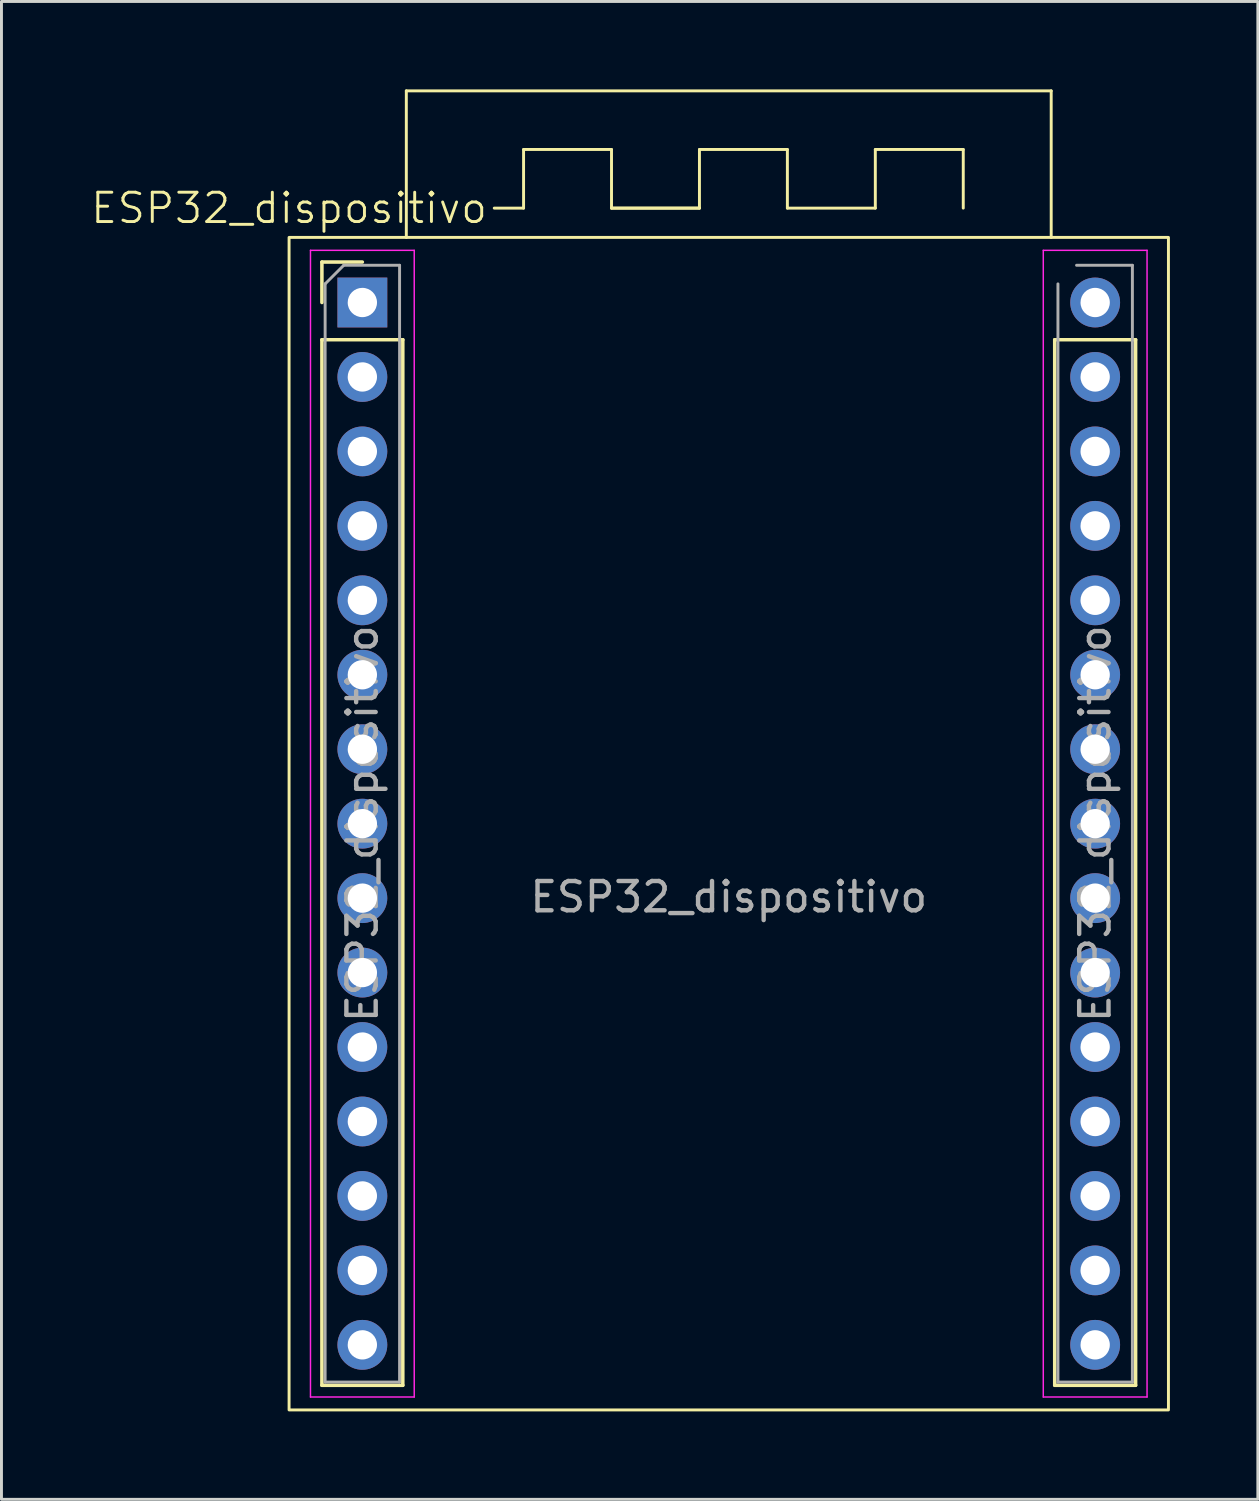
<source format=kicad_pcb>
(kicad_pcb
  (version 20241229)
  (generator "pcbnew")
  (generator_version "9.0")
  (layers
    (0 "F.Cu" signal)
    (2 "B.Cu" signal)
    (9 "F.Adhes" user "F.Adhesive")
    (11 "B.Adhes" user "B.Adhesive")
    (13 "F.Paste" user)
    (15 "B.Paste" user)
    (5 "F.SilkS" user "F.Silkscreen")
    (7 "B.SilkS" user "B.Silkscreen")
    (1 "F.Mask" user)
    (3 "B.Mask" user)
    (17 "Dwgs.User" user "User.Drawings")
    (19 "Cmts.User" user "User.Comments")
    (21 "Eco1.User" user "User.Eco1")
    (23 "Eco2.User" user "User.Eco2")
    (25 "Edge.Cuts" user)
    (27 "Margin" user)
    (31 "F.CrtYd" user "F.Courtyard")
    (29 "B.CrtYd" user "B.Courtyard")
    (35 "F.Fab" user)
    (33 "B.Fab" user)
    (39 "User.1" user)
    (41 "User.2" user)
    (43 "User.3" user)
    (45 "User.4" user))
  (footprint "ESP32_dispositivo"
    (layer "F.Cu")
    (at 21.812 25.05)
    (property "Reference" "ESP32_dispositivo" (at -15 -21 0) (unlocked yes) (layer "F.SilkS") (effects (font (size 1 1) (thickness 0.1))))
    (attr smd)
    (fp_line (start -13.88 -19.16) (end -12.5 -19.16) (stroke (width 0.12) (type solid)) (layer "F.SilkS"))
    (fp_line (start -13.88 -17.78) (end -13.88 -19.16) (stroke (width 0.12) (type solid)) (layer "F.SilkS"))
    (fp_line (start -13.88 -16.51) (end -13.88 19.16) (stroke (width 0.12) (type solid)) (layer "F.SilkS"))
    (fp_line (start -13.88 -16.51) (end -11.12 -16.51) (stroke (width 0.12) (type solid)) (layer "F.SilkS"))
    (fp_line (start -13.88 19.16) (end -11.12 19.16) (stroke (width 0.12) (type solid)) (layer "F.SilkS"))
    (fp_line (start -11.12 -16.51) (end -11.12 19.16) (stroke (width 0.12) (type solid)) (layer "F.SilkS"))
    (fp_line (start -11 -25) (end 11 -25) (stroke (width 0.1) (type default)) (layer "F.SilkS"))
    (fp_line (start -11 -20) (end -11 -25) (stroke (width 0.1) (type default)) (layer "F.SilkS"))
    (fp_line (start -7 -23) (end -7 -21) (stroke (width 0.1) (type default)) (layer "F.SilkS"))
    (fp_line (start -7 -21) (end -8 -21) (stroke (width 0.1) (type default)) (layer "F.SilkS"))
    (fp_line (start -4 -23) (end -7 -23) (stroke (width 0.1) (type default)) (layer "F.SilkS"))
    (fp_line (start -4 -21) (end -4 -23) (stroke (width 0.1) (type default)) (layer "F.SilkS"))
    (fp_line (start -4 -21) (end -1 -21) (stroke (width 0.1) (type default)) (layer "F.SilkS"))
    (fp_line (start -1 -23) (end -1 -21) (stroke (width 0.1) (type default)) (layer "F.SilkS"))
    (fp_line (start -1 -23) (end 2 -23) (stroke (width 0.1) (type default)) (layer "F.SilkS"))
    (fp_line (start -1 -21) (end -4 -21) (stroke (width 0.1) (type default)) (layer "F.SilkS"))
    (fp_line (start 2 -23) (end 2 -21) (stroke (width 0.1) (type default)) (layer "F.SilkS"))
    (fp_line (start 2 -21) (end 5 -21) (stroke (width 0.1) (type default)) (layer "F.SilkS"))
    (fp_line (start 5 -23) (end 8 -23) (stroke (width 0.1) (type default)) (layer "F.SilkS"))
    (fp_line (start 5 -21) (end 5 -23) (stroke (width 0.1) (type default)) (layer "F.SilkS"))
    (fp_line (start 8 -23) (end 8 -21) (stroke (width 0.1) (type default)) (layer "F.SilkS"))
    (fp_line (start 11 -25) (end 11 -20) (stroke (width 0.1) (type default)) (layer "F.SilkS"))
    (fp_line (start 11.12 -16.51) (end 11.12 19.16) (stroke (width 0.12) (type solid)) (layer "F.SilkS"))
    (fp_line (start 11.12 -16.51) (end 13.88 -16.51) (stroke (width 0.12) (type solid)) (layer "F.SilkS"))
    (fp_line (start 11.12 19.16) (end 13.88 19.16) (stroke (width 0.12) (type solid)) (layer "F.SilkS"))
    (fp_line (start 13.88 -16.51) (end 13.88 19.16) (stroke (width 0.12) (type solid)) (layer "F.SilkS"))
    (fp_rect (start -15 -20) (end 15 20) (stroke (width 0.1) (type default)) (fill no) (layer "F.SilkS"))
    (fp_line (start -14.27 -19.56) (end -14.27 19.56) (stroke (width 0.05) (type solid)) (layer "F.CrtYd"))
    (fp_line (start -14.27 19.56) (end -10.73 19.56) (stroke (width 0.05) (type solid)) (layer "F.CrtYd"))
    (fp_line (start -10.73 -19.56) (end -14.27 -19.56) (stroke (width 0.05) (type solid)) (layer "F.CrtYd"))
    (fp_line (start -10.73 19.56) (end -10.73 -19.56) (stroke (width 0.05) (type solid)) (layer "F.CrtYd"))
    (fp_line (start 10.73 -19.56) (end 10.73 19.56) (stroke (width 0.05) (type solid)) (layer "F.CrtYd"))
    (fp_line (start 10.73 19.56) (end 14.27 19.56) (stroke (width 0.05) (type solid)) (layer "F.CrtYd"))
    (fp_line (start 14.27 -19.56) (end 10.73 -19.56) (stroke (width 0.05) (type solid)) (layer "F.CrtYd"))
    (fp_line (start 14.27 19.56) (end 14.27 -19.56) (stroke (width 0.05) (type solid)) (layer "F.CrtYd"))
    (fp_line (start -13.77 -18.415) (end -13.135 -19.05) (stroke (width 0.1) (type solid)) (layer "F.Fab"))
    (fp_line (start -13.77 19.05) (end -13.77 -18.415) (stroke (width 0.1) (type solid)) (layer "F.Fab"))
    (fp_line (start -13.135 -19.05) (end -11.23 -19.05) (stroke (width 0.1) (type solid)) (layer "F.Fab"))
    (fp_line (start -11.23 -19.05) (end -11.23 19.05) (stroke (width 0.1) (type solid)) (layer "F.Fab"))
    (fp_line (start -11.23 19.05) (end -13.77 19.05) (stroke (width 0.1) (type solid)) (layer "F.Fab"))
    (fp_line (start 11.23 19.05) (end 11.23 -18.415) (stroke (width 0.1) (type solid)) (layer "F.Fab"))
    (fp_line (start 11.865 -19.05) (end 13.77 -19.05) (stroke (width 0.1) (type solid)) (layer "F.Fab"))
    (fp_line (start 13.77 -19.05) (end 13.77 19.05) (stroke (width 0.1) (type solid)) (layer "F.Fab"))
    (fp_line (start 13.77 19.05) (end 11.23 19.05) (stroke (width 0.1) (type solid)) (layer "F.Fab"))
    (fp_text user "${REFERENCE}" (at 0 2.5 0) (unlocked yes) (layer "F.Fab") (effects (font (size 1 1) (thickness 0.15))))
    (fp_text user "${REFERENCE}" (at 12.5 0 90) (layer "F.Fab") (effects (font (size 1 1) (thickness 0.15))))
    (fp_text user "${REFERENCE}" (at -12.5 0 90) (layer "F.Fab") (effects (font (size 1 1) (thickness 0.15))))
    (pad "1" thru_hole rect (at -12.5 -17.78) (size 1.7 1.7) (drill 1) (layers "*.Cu" "*.Mask"))
    (pad "2" thru_hole circle (at -12.5 -15.24) (size 1.7 1.7) (drill 1) (layers "*.Cu" "*.Mask"))
    (pad "3" thru_hole circle (at -12.5 -12.7) (size 1.7 1.7) (drill 1) (layers "*.Cu" "*.Mask"))
    (pad "4" thru_hole circle (at -12.5 -10.16) (size 1.7 1.7) (drill 1) (layers "*.Cu" "*.Mask"))
    (pad "5" thru_hole circle (at -12.5 -7.62) (size 1.7 1.7) (drill 1) (layers "*.Cu" "*.Mask"))
    (pad "6" thru_hole circle (at -12.5 -5.08) (size 1.7 1.7) (drill 1) (layers "*.Cu" "*.Mask"))
    (pad "7" thru_hole circle (at -12.5 -2.54) (size 1.7 1.7) (drill 1) (layers "*.Cu" "*.Mask"))
    (pad "8" thru_hole circle (at -12.5 0) (size 1.7 1.7) (drill 1) (layers "*.Cu" "*.Mask"))
    (pad "9" thru_hole circle (at -12.5 2.54) (size 1.7 1.7) (drill 1) (layers "*.Cu" "*.Mask"))
    (pad "10" thru_hole circle (at -12.5 5.08) (size 1.7 1.7) (drill 1) (layers "*.Cu" "*.Mask"))
    (pad "11" thru_hole circle (at -12.5 7.62) (size 1.7 1.7) (drill 1) (layers "*.Cu" "*.Mask"))
    (pad "12" thru_hole circle (at -12.5 10.16) (size 1.7 1.7) (drill 1) (layers "*.Cu" "*.Mask"))
    (pad "13" thru_hole circle (at -12.5 12.7) (size 1.7 1.7) (drill 1) (layers "*.Cu" "*.Mask"))
    (pad "14" thru_hole circle (at -12.5 15.24) (size 1.7 1.7) (drill 1) (layers "*.Cu" "*.Mask"))
    (pad "15" thru_hole circle (at -12.5 17.78) (size 1.7 1.7) (drill 1) (layers "*.Cu" "*.Mask"))
    (pad "16" thru_hole circle (at 12.5 -17.78) (size 1.7 1.7) (drill 1) (layers "*.Cu" "*.Mask"))
    (pad "17" thru_hole circle (at 12.5 -15.24) (size 1.7 1.7) (drill 1) (layers "*.Cu" "*.Mask"))
    (pad "18" thru_hole circle (at 12.5 -12.7) (size 1.7 1.7) (drill 1) (layers "*.Cu" "*.Mask"))
    (pad "19" thru_hole circle (at 12.5 -10.16) (size 1.7 1.7) (drill 1) (layers "*.Cu" "*.Mask"))
    (pad "20" thru_hole circle (at 12.5 -7.62) (size 1.7 1.7) (drill 1) (layers "*.Cu" "*.Mask"))
    (pad "21" thru_hole circle (at 12.5 -5.08) (size 1.7 1.7) (drill 1) (layers "*.Cu" "*.Mask"))
    (pad "22" thru_hole circle (at 12.5 -2.54) (size 1.7 1.7) (drill 1) (layers "*.Cu" "*.Mask"))
    (pad "23" thru_hole circle (at 12.5 0) (size 1.7 1.7) (drill 1) (layers "*.Cu" "*.Mask"))
    (pad "24" thru_hole circle (at 12.5 2.54) (size 1.7 1.7) (drill 1) (layers "*.Cu" "*.Mask"))
    (pad "25" thru_hole circle (at 12.5 5.08) (size 1.7 1.7) (drill 1) (layers "*.Cu" "*.Mask"))
    (pad "26" thru_hole circle (at 12.5 7.62) (size 1.7 1.7) (drill 1) (layers "*.Cu" "*.Mask"))
    (pad "27" thru_hole circle (at 12.5 10.16) (size 1.7 1.7) (drill 1) (layers "*.Cu" "*.Mask"))
    (pad "28" thru_hole circle (at 12.5 12.7) (size 1.7 1.7) (drill 1) (layers "*.Cu" "*.Mask"))
    (pad "29" thru_hole circle (at 12.5 15.24) (size 1.7 1.7) (drill 1) (layers "*.Cu" "*.Mask"))
    (pad "30" thru_hole circle (at 12.5 17.78) (size 1.7 1.7) (drill 1) (layers "*.Cu" "*.Mask")))
  (gr_rect
    (start -3 -3)
    (end 39.862 48.1)
    (stroke (width 0.1) (type default))
    (fill no)
    (layer "Edge.Cuts")))
</source>
